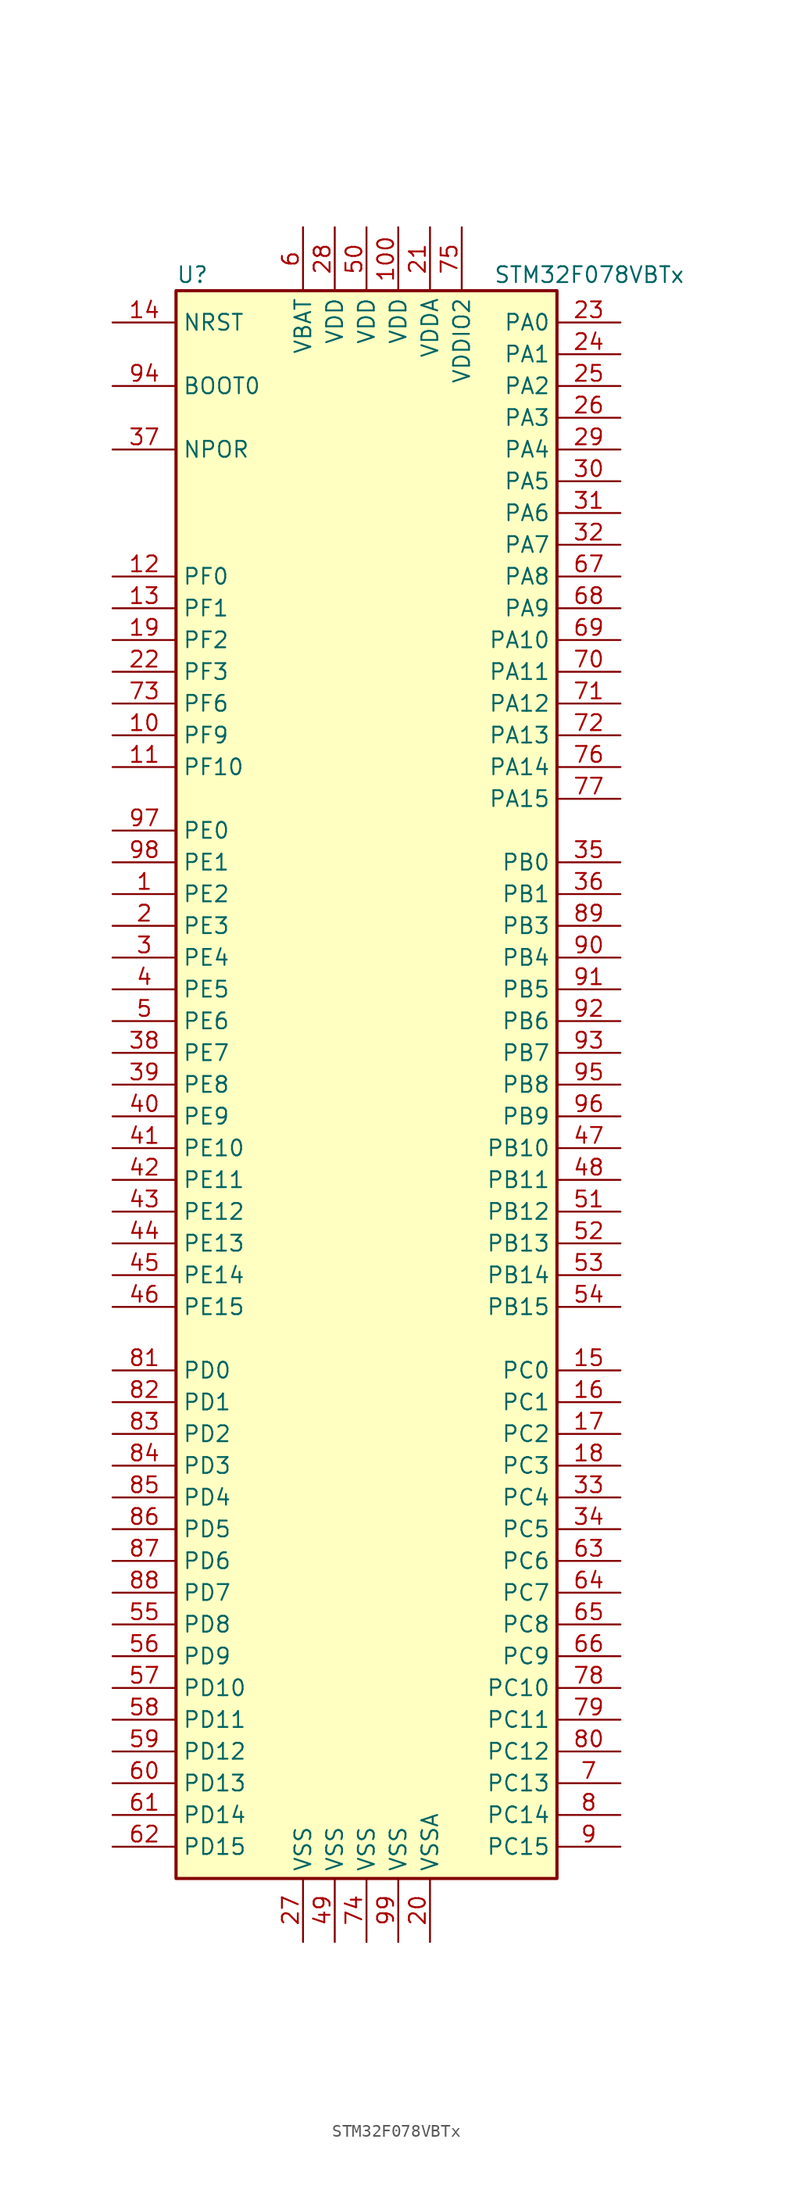
<source format=kicad_sym>
(kicad_symbol_lib
  (version 20201005)
  (generator kicad_symbol_editor)
  (symbol "MCU_ST_STM32F0:STM32F078VBTx"
    (property "Reference" "U"
      (at -15.24 64.77 0)
      (effects (font (size 1.27 1.27)) (justify left)))
    (property "Value" "STM32F078VBTx"
      (at 10.16 64.77 0)
      (effects (font (size 1.27 1.27)) (justify left)))
    (symbol "STM32F078VBTx_0_1"
      (rectangle (start -15.24 -63.5) (end 15.24 63.5) (stroke (width 0.254)) (fill (type background))))
    (symbol "STM32F078VBTx_1_1"
      (pin bidirectional line (at -20.32 15.24 0) (length 5.08) (name "PE2" (effects (font (size 1.27 1.27)))) (number "1" (effects (font (size 1.27 1.27)))))
      (pin bidirectional line (at -20.32 27.94 0) (length 5.08) (name "PF9" (effects (font (size 1.27 1.27)))) (number "10" (effects (font (size 1.27 1.27)))))
      (pin power_in line (at 2.54 68.58 270) (length 5.08) (name "VDD" (effects (font (size 1.27 1.27)))) (number "100" (effects (font (size 1.27 1.27)))))
      (pin bidirectional line (at -20.32 25.4 0) (length 5.08) (name "PF10" (effects (font (size 1.27 1.27)))) (number "11" (effects (font (size 1.27 1.27)))))
      (pin input line (at -20.32 40.64 0) (length 5.08) (name "PF0" (effects (font (size 1.27 1.27)))) (number "12" (effects (font (size 1.27 1.27)))))
      (pin input line (at -20.32 38.1 0) (length 5.08) (name "PF1" (effects (font (size 1.27 1.27)))) (number "13" (effects (font (size 1.27 1.27)))))
      (pin input line (at -20.32 60.96 0) (length 5.08) (name "NRST" (effects (font (size 1.27 1.27)))) (number "14" (effects (font (size 1.27 1.27)))))
      (pin bidirectional line (at 20.32 -22.86 180) (length 5.08) (name "PC0" (effects (font (size 1.27 1.27)))) (number "15" (effects (font (size 1.27 1.27)))))
      (pin bidirectional line (at 20.32 -25.4 180) (length 5.08) (name "PC1" (effects (font (size 1.27 1.27)))) (number "16" (effects (font (size 1.27 1.27)))))
      (pin bidirectional line (at 20.32 -27.94 180) (length 5.08) (name "PC2" (effects (font (size 1.27 1.27)))) (number "17" (effects (font (size 1.27 1.27)))))
      (pin bidirectional line (at 20.32 -30.48 180) (length 5.08) (name "PC3" (effects (font (size 1.27 1.27)))) (number "18" (effects (font (size 1.27 1.27)))))
      (pin bidirectional line (at -20.32 35.56 0) (length 5.08) (name "PF2" (effects (font (size 1.27 1.27)))) (number "19" (effects (font (size 1.27 1.27)))))
      (pin bidirectional line (at -20.32 12.7 0) (length 5.08) (name "PE3" (effects (font (size 1.27 1.27)))) (number "2" (effects (font (size 1.27 1.27)))))
      (pin power_in line (at 5.08 -68.58 90) (length 5.08) (name "VSSA" (effects (font (size 1.27 1.27)))) (number "20" (effects (font (size 1.27 1.27)))))
      (pin power_in line (at 5.08 68.58 270) (length 5.08) (name "VDDA" (effects (font (size 1.27 1.27)))) (number "21" (effects (font (size 1.27 1.27)))))
      (pin bidirectional line (at -20.32 33.02 0) (length 5.08) (name "PF3" (effects (font (size 1.27 1.27)))) (number "22" (effects (font (size 1.27 1.27)))))
      (pin bidirectional line (at 20.32 60.96 180) (length 5.08) (name "PA0" (effects (font (size 1.27 1.27)))) (number "23" (effects (font (size 1.27 1.27)))))
      (pin bidirectional line (at 20.32 58.42 180) (length 5.08) (name "PA1" (effects (font (size 1.27 1.27)))) (number "24" (effects (font (size 1.27 1.27)))))
      (pin bidirectional line (at 20.32 55.88 180) (length 5.08) (name "PA2" (effects (font (size 1.27 1.27)))) (number "25" (effects (font (size 1.27 1.27)))))
      (pin bidirectional line (at 20.32 53.34 180) (length 5.08) (name "PA3" (effects (font (size 1.27 1.27)))) (number "26" (effects (font (size 1.27 1.27)))))
      (pin power_in line (at -5.08 -68.58 90) (length 5.08) (name "VSS" (effects (font (size 1.27 1.27)))) (number "27" (effects (font (size 1.27 1.27)))))
      (pin power_in line (at -2.54 68.58 270) (length 5.08) (name "VDD" (effects (font (size 1.27 1.27)))) (number "28" (effects (font (size 1.27 1.27)))))
      (pin bidirectional line (at 20.32 50.8 180) (length 5.08) (name "PA4" (effects (font (size 1.27 1.27)))) (number "29" (effects (font (size 1.27 1.27)))))
      (pin bidirectional line (at -20.32 10.16 0) (length 5.08) (name "PE4" (effects (font (size 1.27 1.27)))) (number "3" (effects (font (size 1.27 1.27)))))
      (pin bidirectional line (at 20.32 48.26 180) (length 5.08) (name "PA5" (effects (font (size 1.27 1.27)))) (number "30" (effects (font (size 1.27 1.27)))))
      (pin bidirectional line (at 20.32 45.72 180) (length 5.08) (name "PA6" (effects (font (size 1.27 1.27)))) (number "31" (effects (font (size 1.27 1.27)))))
      (pin bidirectional line (at 20.32 43.18 180) (length 5.08) (name "PA7" (effects (font (size 1.27 1.27)))) (number "32" (effects (font (size 1.27 1.27)))))
      (pin bidirectional line (at 20.32 -33.02 180) (length 5.08) (name "PC4" (effects (font (size 1.27 1.27)))) (number "33" (effects (font (size 1.27 1.27)))))
      (pin bidirectional line (at 20.32 -35.56 180) (length 5.08) (name "PC5" (effects (font (size 1.27 1.27)))) (number "34" (effects (font (size 1.27 1.27)))))
      (pin bidirectional line (at 20.32 17.78 180) (length 5.08) (name "PB0" (effects (font (size 1.27 1.27)))) (number "35" (effects (font (size 1.27 1.27)))))
      (pin bidirectional line (at 20.32 15.24 180) (length 5.08) (name "PB1" (effects (font (size 1.27 1.27)))) (number "36" (effects (font (size 1.27 1.27)))))
      (pin power_in line (at -20.32 50.8 0) (length 5.08) (name "NPOR" (effects (font (size 1.27 1.27)))) (number "37" (effects (font (size 1.27 1.27)))))
      (pin bidirectional line (at -20.32 2.54 0) (length 5.08) (name "PE7" (effects (font (size 1.27 1.27)))) (number "38" (effects (font (size 1.27 1.27)))))
      (pin bidirectional line (at -20.32 0 0) (length 5.08) (name "PE8" (effects (font (size 1.27 1.27)))) (number "39" (effects (font (size 1.27 1.27)))))
      (pin bidirectional line (at -20.32 7.62 0) (length 5.08) (name "PE5" (effects (font (size 1.27 1.27)))) (number "4" (effects (font (size 1.27 1.27)))))
      (pin bidirectional line (at -20.32 -2.54 0) (length 5.08) (name "PE9" (effects (font (size 1.27 1.27)))) (number "40" (effects (font (size 1.27 1.27)))))
      (pin bidirectional line (at -20.32 -5.08 0) (length 5.08) (name "PE10" (effects (font (size 1.27 1.27)))) (number "41" (effects (font (size 1.27 1.27)))))
      (pin bidirectional line (at -20.32 -7.62 0) (length 5.08) (name "PE11" (effects (font (size 1.27 1.27)))) (number "42" (effects (font (size 1.27 1.27)))))
      (pin bidirectional line (at -20.32 -10.16 0) (length 5.08) (name "PE12" (effects (font (size 1.27 1.27)))) (number "43" (effects (font (size 1.27 1.27)))))
      (pin bidirectional line (at -20.32 -12.7 0) (length 5.08) (name "PE13" (effects (font (size 1.27 1.27)))) (number "44" (effects (font (size 1.27 1.27)))))
      (pin bidirectional line (at -20.32 -15.24 0) (length 5.08) (name "PE14" (effects (font (size 1.27 1.27)))) (number "45" (effects (font (size 1.27 1.27)))))
      (pin bidirectional line (at -20.32 -17.78 0) (length 5.08) (name "PE15" (effects (font (size 1.27 1.27)))) (number "46" (effects (font (size 1.27 1.27)))))
      (pin bidirectional line (at 20.32 -5.08 180) (length 5.08) (name "PB10" (effects (font (size 1.27 1.27)))) (number "47" (effects (font (size 1.27 1.27)))))
      (pin bidirectional line (at 20.32 -7.62 180) (length 5.08) (name "PB11" (effects (font (size 1.27 1.27)))) (number "48" (effects (font (size 1.27 1.27)))))
      (pin power_in line (at -2.54 -68.58 90) (length 5.08) (name "VSS" (effects (font (size 1.27 1.27)))) (number "49" (effects (font (size 1.27 1.27)))))
      (pin bidirectional line (at -20.32 5.08 0) (length 5.08) (name "PE6" (effects (font (size 1.27 1.27)))) (number "5" (effects (font (size 1.27 1.27)))))
      (pin power_in line (at 0 68.58 270) (length 5.08) (name "VDD" (effects (font (size 1.27 1.27)))) (number "50" (effects (font (size 1.27 1.27)))))
      (pin bidirectional line (at 20.32 -10.16 180) (length 5.08) (name "PB12" (effects (font (size 1.27 1.27)))) (number "51" (effects (font (size 1.27 1.27)))))
      (pin bidirectional line (at 20.32 -12.7 180) (length 5.08) (name "PB13" (effects (font (size 1.27 1.27)))) (number "52" (effects (font (size 1.27 1.27)))))
      (pin bidirectional line (at 20.32 -15.24 180) (length 5.08) (name "PB14" (effects (font (size 1.27 1.27)))) (number "53" (effects (font (size 1.27 1.27)))))
      (pin bidirectional line (at 20.32 -17.78 180) (length 5.08) (name "PB15" (effects (font (size 1.27 1.27)))) (number "54" (effects (font (size 1.27 1.27)))))
      (pin bidirectional line (at -20.32 -43.18 0) (length 5.08) (name "PD8" (effects (font (size 1.27 1.27)))) (number "55" (effects (font (size 1.27 1.27)))))
      (pin bidirectional line (at -20.32 -45.72 0) (length 5.08) (name "PD9" (effects (font (size 1.27 1.27)))) (number "56" (effects (font (size 1.27 1.27)))))
      (pin bidirectional line (at -20.32 -48.26 0) (length 5.08) (name "PD10" (effects (font (size 1.27 1.27)))) (number "57" (effects (font (size 1.27 1.27)))))
      (pin bidirectional line (at -20.32 -50.8 0) (length 5.08) (name "PD11" (effects (font (size 1.27 1.27)))) (number "58" (effects (font (size 1.27 1.27)))))
      (pin bidirectional line (at -20.32 -53.34 0) (length 5.08) (name "PD12" (effects (font (size 1.27 1.27)))) (number "59" (effects (font (size 1.27 1.27)))))
      (pin power_in line (at -5.08 68.58 270) (length 5.08) (name "VBAT" (effects (font (size 1.27 1.27)))) (number "6" (effects (font (size 1.27 1.27)))))
      (pin bidirectional line (at -20.32 -55.88 0) (length 5.08) (name "PD13" (effects (font (size 1.27 1.27)))) (number "60" (effects (font (size 1.27 1.27)))))
      (pin bidirectional line (at -20.32 -58.42 0) (length 5.08) (name "PD14" (effects (font (size 1.27 1.27)))) (number "61" (effects (font (size 1.27 1.27)))))
      (pin bidirectional line (at -20.32 -60.96 0) (length 5.08) (name "PD15" (effects (font (size 1.27 1.27)))) (number "62" (effects (font (size 1.27 1.27)))))
      (pin bidirectional line (at 20.32 -38.1 180) (length 5.08) (name "PC6" (effects (font (size 1.27 1.27)))) (number "63" (effects (font (size 1.27 1.27)))))
      (pin bidirectional line (at 20.32 -40.64 180) (length 5.08) (name "PC7" (effects (font (size 1.27 1.27)))) (number "64" (effects (font (size 1.27 1.27)))))
      (pin bidirectional line (at 20.32 -43.18 180) (length 5.08) (name "PC8" (effects (font (size 1.27 1.27)))) (number "65" (effects (font (size 1.27 1.27)))))
      (pin bidirectional line (at 20.32 -45.72 180) (length 5.08) (name "PC9" (effects (font (size 1.27 1.27)))) (number "66" (effects (font (size 1.27 1.27)))))
      (pin bidirectional line (at 20.32 40.64 180) (length 5.08) (name "PA8" (effects (font (size 1.27 1.27)))) (number "67" (effects (font (size 1.27 1.27)))))
      (pin bidirectional line (at 20.32 38.1 180) (length 5.08) (name "PA9" (effects (font (size 1.27 1.27)))) (number "68" (effects (font (size 1.27 1.27)))))
      (pin bidirectional line (at 20.32 35.56 180) (length 5.08) (name "PA10" (effects (font (size 1.27 1.27)))) (number "69" (effects (font (size 1.27 1.27)))))
      (pin bidirectional line (at 20.32 -55.88 180) (length 5.08) (name "PC13" (effects (font (size 1.27 1.27)))) (number "7" (effects (font (size 1.27 1.27)))))
      (pin bidirectional line (at 20.32 33.02 180) (length 5.08) (name "PA11" (effects (font (size 1.27 1.27)))) (number "70" (effects (font (size 1.27 1.27)))))
      (pin bidirectional line (at 20.32 30.48 180) (length 5.08) (name "PA12" (effects (font (size 1.27 1.27)))) (number "71" (effects (font (size 1.27 1.27)))))
      (pin bidirectional line (at 20.32 27.94 180) (length 5.08) (name "PA13" (effects (font (size 1.27 1.27)))) (number "72" (effects (font (size 1.27 1.27)))))
      (pin bidirectional line (at -20.32 30.48 0) (length 5.08) (name "PF6" (effects (font (size 1.27 1.27)))) (number "73" (effects (font (size 1.27 1.27)))))
      (pin power_in line (at 0 -68.58 90) (length 5.08) (name "VSS" (effects (font (size 1.27 1.27)))) (number "74" (effects (font (size 1.27 1.27)))))
      (pin power_in line (at 7.62 68.58 270) (length 5.08) (name "VDDIO2" (effects (font (size 1.27 1.27)))) (number "75" (effects (font (size 1.27 1.27)))))
      (pin bidirectional line (at 20.32 25.4 180) (length 5.08) (name "PA14" (effects (font (size 1.27 1.27)))) (number "76" (effects (font (size 1.27 1.27)))))
      (pin bidirectional line (at 20.32 22.86 180) (length 5.08) (name "PA15" (effects (font (size 1.27 1.27)))) (number "77" (effects (font (size 1.27 1.27)))))
      (pin bidirectional line (at 20.32 -48.26 180) (length 5.08) (name "PC10" (effects (font (size 1.27 1.27)))) (number "78" (effects (font (size 1.27 1.27)))))
      (pin bidirectional line (at 20.32 -50.8 180) (length 5.08) (name "PC11" (effects (font (size 1.27 1.27)))) (number "79" (effects (font (size 1.27 1.27)))))
      (pin bidirectional line (at 20.32 -58.42 180) (length 5.08) (name "PC14" (effects (font (size 1.27 1.27)))) (number "8" (effects (font (size 1.27 1.27)))))
      (pin bidirectional line (at 20.32 -53.34 180) (length 5.08) (name "PC12" (effects (font (size 1.27 1.27)))) (number "80" (effects (font (size 1.27 1.27)))))
      (pin bidirectional line (at -20.32 -22.86 0) (length 5.08) (name "PD0" (effects (font (size 1.27 1.27)))) (number "81" (effects (font (size 1.27 1.27)))))
      (pin bidirectional line (at -20.32 -25.4 0) (length 5.08) (name "PD1" (effects (font (size 1.27 1.27)))) (number "82" (effects (font (size 1.27 1.27)))))
      (pin bidirectional line (at -20.32 -27.94 0) (length 5.08) (name "PD2" (effects (font (size 1.27 1.27)))) (number "83" (effects (font (size 1.27 1.27)))))
      (pin bidirectional line (at -20.32 -30.48 0) (length 5.08) (name "PD3" (effects (font (size 1.27 1.27)))) (number "84" (effects (font (size 1.27 1.27)))))
      (pin bidirectional line (at -20.32 -33.02 0) (length 5.08) (name "PD4" (effects (font (size 1.27 1.27)))) (number "85" (effects (font (size 1.27 1.27)))))
      (pin bidirectional line (at -20.32 -35.56 0) (length 5.08) (name "PD5" (effects (font (size 1.27 1.27)))) (number "86" (effects (font (size 1.27 1.27)))))
      (pin bidirectional line (at -20.32 -38.1 0) (length 5.08) (name "PD6" (effects (font (size 1.27 1.27)))) (number "87" (effects (font (size 1.27 1.27)))))
      (pin bidirectional line (at -20.32 -40.64 0) (length 5.08) (name "PD7" (effects (font (size 1.27 1.27)))) (number "88" (effects (font (size 1.27 1.27)))))
      (pin bidirectional line (at 20.32 12.7 180) (length 5.08) (name "PB3" (effects (font (size 1.27 1.27)))) (number "89" (effects (font (size 1.27 1.27)))))
      (pin bidirectional line (at 20.32 -60.96 180) (length 5.08) (name "PC15" (effects (font (size 1.27 1.27)))) (number "9" (effects (font (size 1.27 1.27)))))
      (pin bidirectional line (at 20.32 10.16 180) (length 5.08) (name "PB4" (effects (font (size 1.27 1.27)))) (number "90" (effects (font (size 1.27 1.27)))))
      (pin bidirectional line (at 20.32 7.62 180) (length 5.08) (name "PB5" (effects (font (size 1.27 1.27)))) (number "91" (effects (font (size 1.27 1.27)))))
      (pin bidirectional line (at 20.32 5.08 180) (length 5.08) (name "PB6" (effects (font (size 1.27 1.27)))) (number "92" (effects (font (size 1.27 1.27)))))
      (pin bidirectional line (at 20.32 2.54 180) (length 5.08) (name "PB7" (effects (font (size 1.27 1.27)))) (number "93" (effects (font (size 1.27 1.27)))))
      (pin input line (at -20.32 55.88 0) (length 5.08) (name "BOOT0" (effects (font (size 1.27 1.27)))) (number "94" (effects (font (size 1.27 1.27)))))
      (pin bidirectional line (at 20.32 0 180) (length 5.08) (name "PB8" (effects (font (size 1.27 1.27)))) (number "95" (effects (font (size 1.27 1.27)))))
      (pin bidirectional line (at 20.32 -2.54 180) (length 5.08) (name "PB9" (effects (font (size 1.27 1.27)))) (number "96" (effects (font (size 1.27 1.27)))))
      (pin bidirectional line (at -20.32 20.32 0) (length 5.08) (name "PE0" (effects (font (size 1.27 1.27)))) (number "97" (effects (font (size 1.27 1.27)))))
      (pin bidirectional line (at -20.32 17.78 0) (length 5.08) (name "PE1" (effects (font (size 1.27 1.27)))) (number "98" (effects (font (size 1.27 1.27)))))
      (pin power_in line (at 2.54 -68.58 90) (length 5.08) (name "VSS" (effects (font (size 1.27 1.27)))) (number "99" (effects (font (size 1.27 1.27))))))))
</source>
